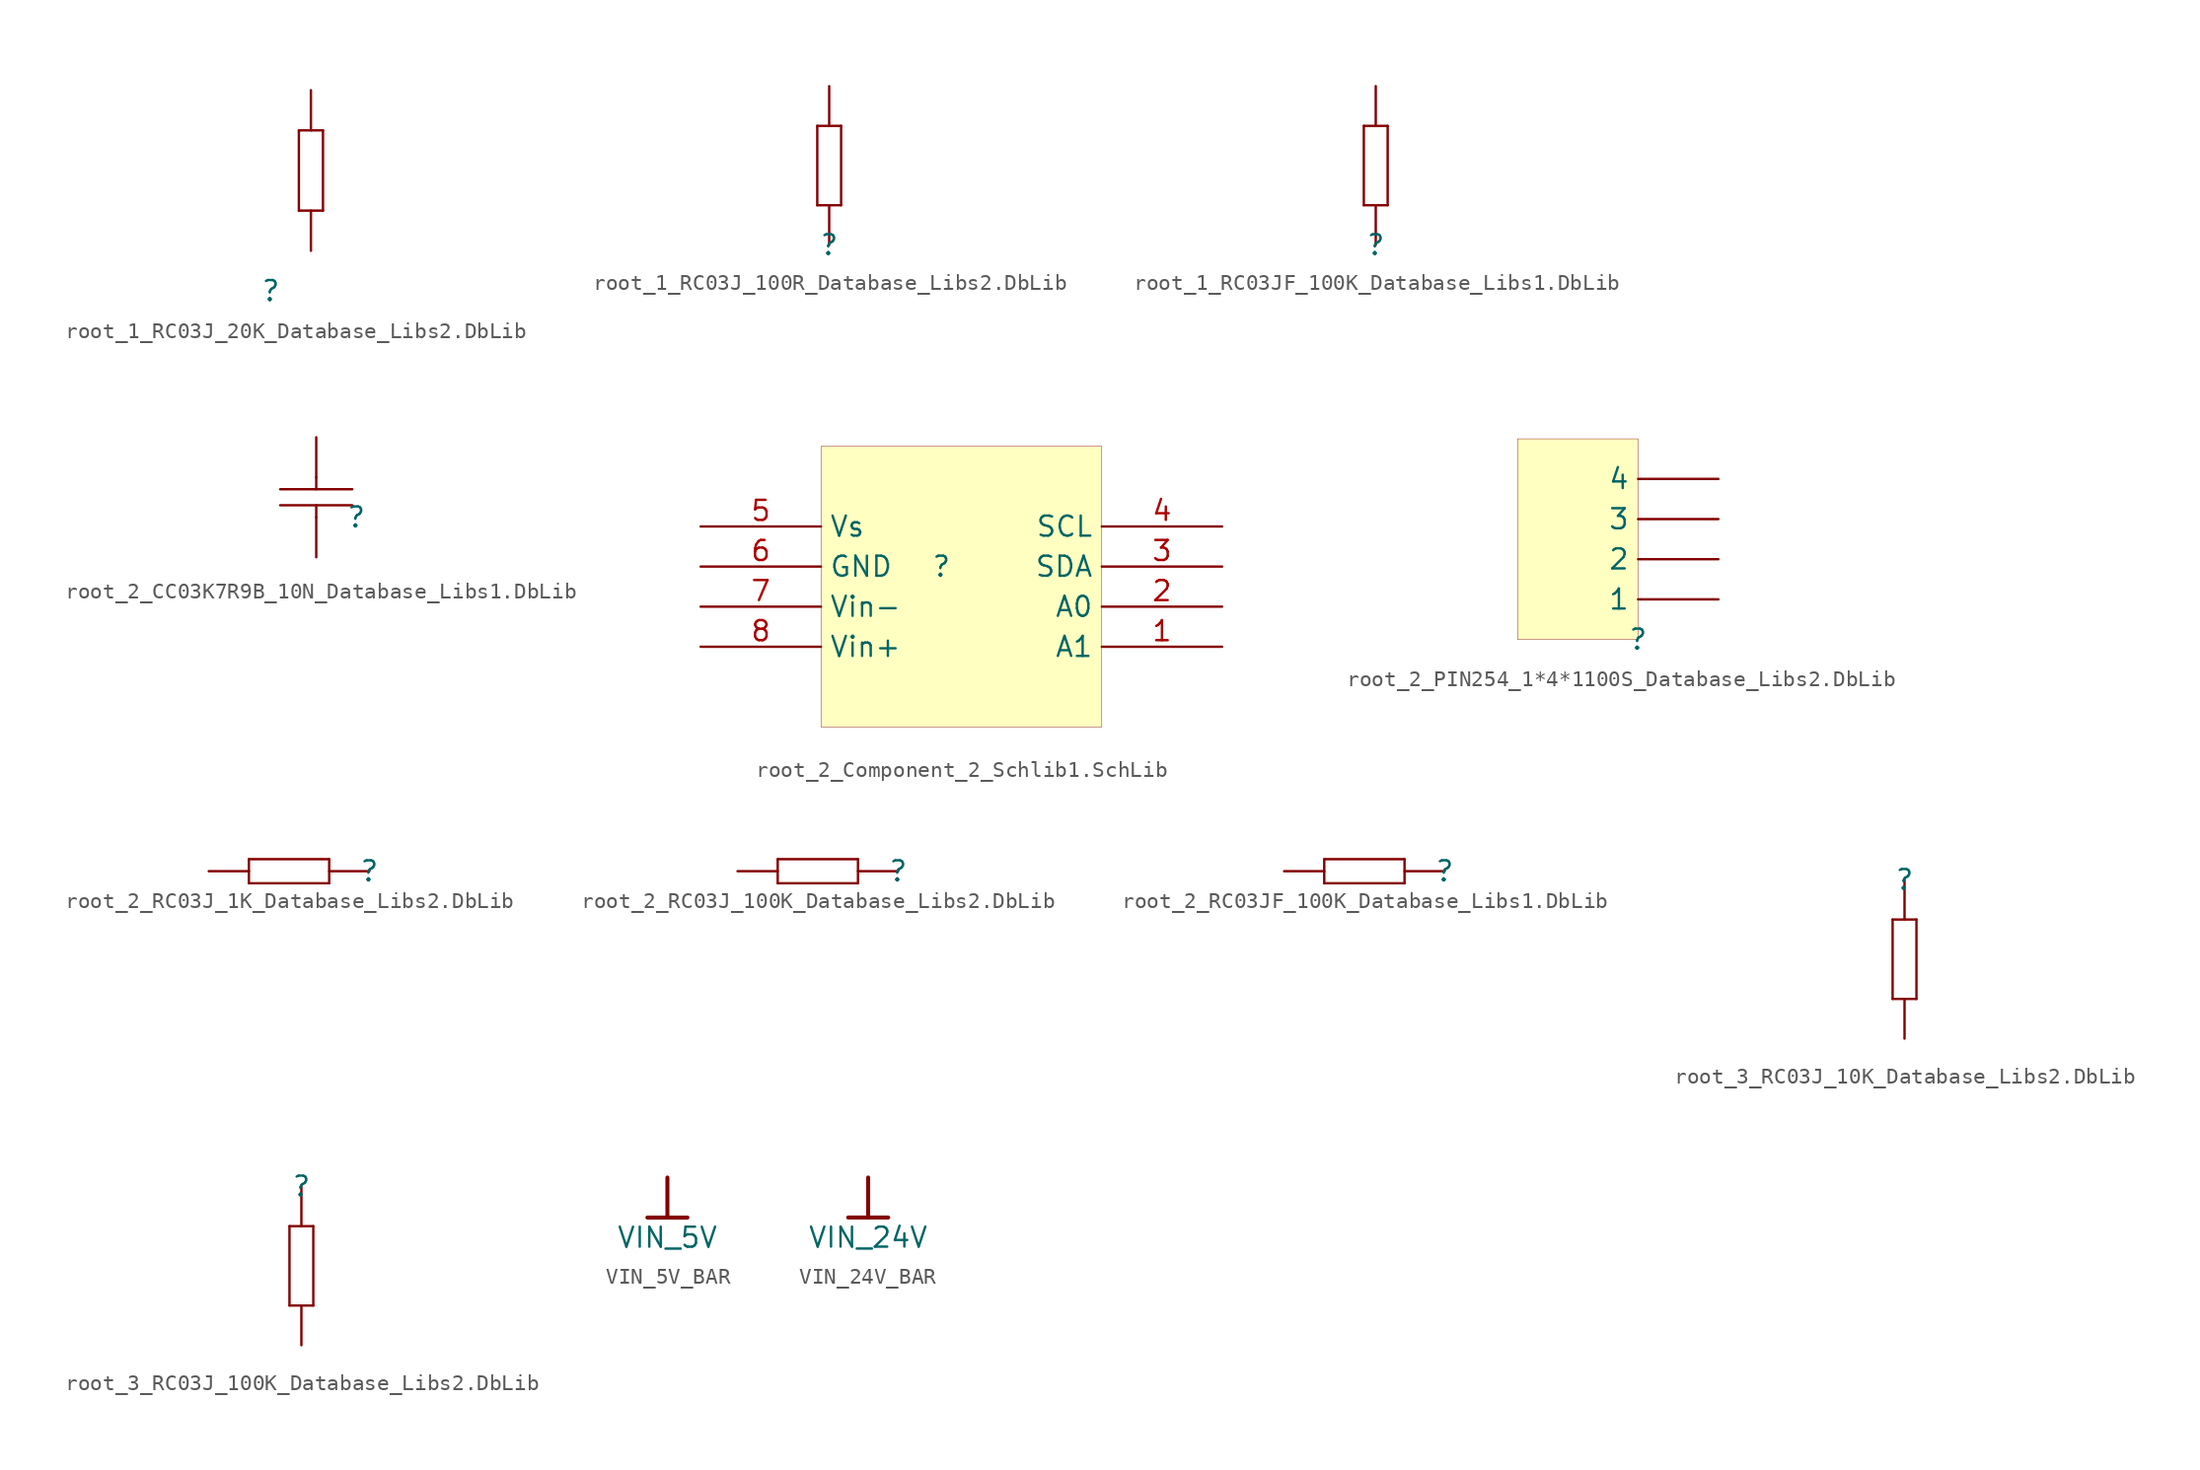
<source format=kicad_sym>
(kicad_symbol_lib
  (version 20241209)
  (generator "kicad_symbol_editor")
  (generator_version "9.0")
  (symbol "root_1_RC03J_20K_Database_Libs2.DbLib"
    (pin_numbers
      (hide yes))
    (pin_names
      (hide yes))
    (property "Reference" ""
      (at 0 0 0)
      (effects (font (size 1.27 1.27))))
    (property "Value" ""
      (at 0 0 0)
      (effects (font (size 1.27 1.27))))
    (symbol "root_1_RC03J_20K_Database_Libs2.DbLib_1_0"
      (polyline (pts (xy 1.778 10.16) (xy 3.302 10.16)) (stroke (width 0) (type solid)) (fill (type none)))
      (polyline (pts (xy 1.778 5.08) (xy 1.778 10.16)) (stroke (width 0) (type solid)) (fill (type none)))
      (polyline (pts (xy 1.778 5.08) (xy 3.302 5.08)) (stroke (width 0) (type solid)) (fill (type none)))
      (polyline (pts (xy 3.302 5.08) (xy 3.302 10.16)) (stroke (width 0) (type solid)) (fill (type none)))
      (pin passive line (at 2.54 12.7 270) (length 2.54) (name "2" (effects (font (size 1.27 1.27)))) (number "2" (effects (font (size 1.27 1.27)))))
      (pin passive line (at 2.54 2.54 90) (length 2.54) (name "1" (effects (font (size 1.27 1.27)))) (number "1" (effects (font (size 1.27 1.27)))))))
  (symbol "root_1_RC03J_100R_Database_Libs2.DbLib"
    (pin_numbers
      (hide yes))
    (pin_names
      (hide yes))
    (property "Reference" ""
      (at 0 0 0)
      (effects (font (size 1.27 1.27))))
    (property "Value" ""
      (at 0 0 0)
      (effects (font (size 1.27 1.27))))
    (symbol "root_1_RC03J_100R_Database_Libs2.DbLib_1_0"
      (polyline (pts (xy -0.762 7.62) (xy 0.762 7.62)) (stroke (width 0) (type solid)) (fill (type none)))
      (polyline (pts (xy -0.762 2.54) (xy -0.762 7.62)) (stroke (width 0) (type solid)) (fill (type none)))
      (polyline (pts (xy -0.762 2.54) (xy 0.762 2.54)) (stroke (width 0) (type solid)) (fill (type none)))
      (polyline (pts (xy 0.762 2.54) (xy 0.762 7.62)) (stroke (width 0) (type solid)) (fill (type none)))
      (pin passive line (at 0 10.16 270) (length 2.54) (name "2" (effects (font (size 1.27 1.27)))) (number "2" (effects (font (size 1.27 1.27)))))
      (pin passive line (at 0 0 90) (length 2.54) (name "1" (effects (font (size 1.27 1.27)))) (number "1" (effects (font (size 1.27 1.27)))))))
  (symbol "root_1_RC03JF_100K_Database_Libs1.DbLib"
    (pin_numbers
      (hide yes))
    (pin_names
      (hide yes))
    (property "Reference" ""
      (at 0 0 0)
      (effects (font (size 1.27 1.27))))
    (property "Value" ""
      (at 0 0 0)
      (effects (font (size 1.27 1.27))))
    (symbol "root_1_RC03JF_100K_Database_Libs1.DbLib_1_0"
      (polyline (pts (xy -0.762 7.62) (xy 0.762 7.62)) (stroke (width 0) (type solid)) (fill (type none)))
      (polyline (pts (xy -0.762 2.54) (xy -0.762 7.62)) (stroke (width 0) (type solid)) (fill (type none)))
      (polyline (pts (xy -0.762 2.54) (xy 0.762 2.54)) (stroke (width 0) (type solid)) (fill (type none)))
      (polyline (pts (xy 0.762 2.54) (xy 0.762 7.62)) (stroke (width 0) (type solid)) (fill (type none)))
      (pin passive line (at 0 10.16 270) (length 2.54) (name "2" (effects (font (size 1.27 1.27)))) (number "2" (effects (font (size 1.27 1.27)))))
      (pin passive line (at 0 0 90) (length 2.54) (name "1" (effects (font (size 1.27 1.27)))) (number "1" (effects (font (size 1.27 1.27)))))))
  (symbol "root_2_CC03K7R9B_10N_Database_Libs1.DbLib"
    (pin_numbers
      (hide yes))
    (pin_names
      (hide yes))
    (property "Reference" ""
      (at 0 0 0)
      (effects (font (size 1.27 1.27))))
    (property "Value" ""
      (at 0 0 0)
      (effects (font (size 1.27 1.27))))
    (symbol "root_2_CC03K7R9B_10N_Database_Libs1.DbLib_1_0"
      (polyline (pts (xy -2.54 1.778) (xy -2.54 2.54)) (stroke (width 0) (type solid)) (fill (type none)))
      (polyline (pts (xy -2.54 0) (xy -2.54 0.762)) (stroke (width 0) (type solid)) (fill (type none)))
      (polyline (pts (xy -0.254 1.778) (xy -4.826 1.778)) (stroke (width 0) (type solid)) (fill (type none)))
      (polyline (pts (xy -0.254 0.762) (xy -4.826 0.762)) (stroke (width 0) (type solid)) (fill (type none)))
      (pin passive line (at -2.54 5.08 270) (length 2.54) (name "2" (effects (font (size 1.27 1.27)))) (number "2" (effects (font (size 1.27 1.27)))))
      (pin passive line (at -2.54 -2.54 90) (length 2.54) (name "1" (effects (font (size 1.27 1.27)))) (number "1" (effects (font (size 1.27 1.27)))))))
  (symbol "root_2_Component_2_Schlib1.SchLib"
    (property "Reference" ""
      (at 0 0 0)
      (effects (font (size 1.27 1.27))))
    (property "Value" ""
      (at 0 0 0)
      (effects (font (size 1.27 1.27))))
    (symbol "root_2_Component_2_Schlib1.SchLib_1_0"
      (rectangle (start 10.16 7.62) (end -7.62 -10.16) (stroke (width 0.025) (type solid) (color 128 0 0 1)) (fill (type background)))
      (pin passive line (at -15.24 2.54 0) (length 7.62) (name "Vs" (effects (font (size 1.27 1.27)))) (number "5" (effects (font (size 1.27 1.27)))))
      (pin passive line (at -15.24 0 0) (length 7.62) (name "GND" (effects (font (size 1.27 1.27)))) (number "6" (effects (font (size 1.27 1.27)))))
      (pin passive line (at -15.24 -2.54 0) (length 7.62) (name "Vin-" (effects (font (size 1.27 1.27)))) (number "7" (effects (font (size 1.27 1.27)))))
      (pin passive line (at -15.24 -5.08 0) (length 7.62) (name "Vin+" (effects (font (size 1.27 1.27)))) (number "8" (effects (font (size 1.27 1.27)))))
      (pin passive line (at 17.78 2.54 180) (length 7.62) (name "SCL" (effects (font (size 1.27 1.27)))) (number "4" (effects (font (size 1.27 1.27)))))
      (pin passive line (at 17.78 0 180) (length 7.62) (name "SDA" (effects (font (size 1.27 1.27)))) (number "3" (effects (font (size 1.27 1.27)))))
      (pin passive line (at 17.78 -2.54 180) (length 7.62) (name "A0" (effects (font (size 1.27 1.27)))) (number "2" (effects (font (size 1.27 1.27)))))
      (pin passive line (at 17.78 -5.08 180) (length 7.62) (name "A1" (effects (font (size 1.27 1.27)))) (number "1" (effects (font (size 1.27 1.27)))))))
  (symbol "root_2_PIN254_1*4*1100S_Database_Libs2.DbLib"
    (pin_numbers
      (hide yes))
    (property "Reference" ""
      (at 0 0 0)
      (effects (font (size 1.27 1.27))))
    (property "Value" ""
      (at 0 0 0)
      (effects (font (size 1.27 1.27))))
    (symbol "root_2_PIN254_1*4*1100S_Database_Libs2.DbLib_1_0"
      (rectangle (start 0 12.7) (end -7.62 0) (stroke (width 0.025) (type solid) (color 128 0 0 1)) (fill (type background)))
      (pin passive line (at 5.08 10.16 180) (length 5.08) (name "4" (effects (font (size 1.27 1.27)))) (number "4" (effects (font (size 1.27 1.27)))))
      (pin passive line (at 5.08 7.62 180) (length 5.08) (name "3" (effects (font (size 1.27 1.27)))) (number "3" (effects (font (size 1.27 1.27)))))
      (pin passive line (at 5.08 5.08 180) (length 5.08) (name "2" (effects (font (size 1.27 1.27)))) (number "2" (effects (font (size 1.27 1.27)))))
      (pin passive line (at 5.08 2.54 180) (length 5.08) (name "1" (effects (font (size 1.27 1.27)))) (number "1" (effects (font (size 1.27 1.27)))))))
  (symbol "root_2_RC03J_1K_Database_Libs2.DbLib"
    (pin_numbers
      (hide yes))
    (pin_names
      (hide yes))
    (property "Reference" ""
      (at 0 0 0)
      (effects (font (size 1.27 1.27))))
    (property "Value" ""
      (at 0 0 0)
      (effects (font (size 1.27 1.27))))
    (symbol "root_2_RC03J_1K_Database_Libs2.DbLib_1_0"
      (polyline (pts (xy -7.62 -0.762) (xy -7.62 0.762)) (stroke (width 0) (type solid)) (fill (type none)))
      (polyline (pts (xy -2.54 0.762) (xy -7.62 0.762)) (stroke (width 0) (type solid)) (fill (type none)))
      (polyline (pts (xy -2.54 -0.762) (xy -7.62 -0.762)) (stroke (width 0) (type solid)) (fill (type none)))
      (polyline (pts (xy -2.54 -0.762) (xy -2.54 0.762)) (stroke (width 0) (type solid)) (fill (type none)))
      (pin passive line (at -10.16 0 0) (length 2.54) (name "2" (effects (font (size 1.27 1.27)))) (number "2" (effects (font (size 1.27 1.27)))))
      (pin passive line (at 0 0 180) (length 2.54) (name "1" (effects (font (size 1.27 1.27)))) (number "1" (effects (font (size 1.27 1.27)))))))
  (symbol "root_2_RC03J_100K_Database_Libs2.DbLib"
    (pin_numbers
      (hide yes))
    (pin_names
      (hide yes))
    (property "Reference" ""
      (at 0 0 0)
      (effects (font (size 1.27 1.27))))
    (property "Value" ""
      (at 0 0 0)
      (effects (font (size 1.27 1.27))))
    (symbol "root_2_RC03J_100K_Database_Libs2.DbLib_1_0"
      (polyline (pts (xy -7.62 -0.762) (xy -7.62 0.762)) (stroke (width 0) (type solid)) (fill (type none)))
      (polyline (pts (xy -2.54 0.762) (xy -7.62 0.762)) (stroke (width 0) (type solid)) (fill (type none)))
      (polyline (pts (xy -2.54 -0.762) (xy -7.62 -0.762)) (stroke (width 0) (type solid)) (fill (type none)))
      (polyline (pts (xy -2.54 -0.762) (xy -2.54 0.762)) (stroke (width 0) (type solid)) (fill (type none)))
      (pin passive line (at -10.16 0 0) (length 2.54) (name "2" (effects (font (size 1.27 1.27)))) (number "2" (effects (font (size 1.27 1.27)))))
      (pin passive line (at 0 0 180) (length 2.54) (name "1" (effects (font (size 1.27 1.27)))) (number "1" (effects (font (size 1.27 1.27)))))))
  (symbol "root_2_RC03JF_100K_Database_Libs1.DbLib"
    (pin_numbers
      (hide yes))
    (pin_names
      (hide yes))
    (property "Reference" ""
      (at 0 0 0)
      (effects (font (size 1.27 1.27))))
    (property "Value" ""
      (at 0 0 0)
      (effects (font (size 1.27 1.27))))
    (symbol "root_2_RC03JF_100K_Database_Libs1.DbLib_1_0"
      (polyline (pts (xy -7.62 -0.762) (xy -7.62 0.762)) (stroke (width 0) (type solid)) (fill (type none)))
      (polyline (pts (xy -2.54 0.762) (xy -7.62 0.762)) (stroke (width 0) (type solid)) (fill (type none)))
      (polyline (pts (xy -2.54 -0.762) (xy -7.62 -0.762)) (stroke (width 0) (type solid)) (fill (type none)))
      (polyline (pts (xy -2.54 -0.762) (xy -2.54 0.762)) (stroke (width 0) (type solid)) (fill (type none)))
      (pin passive line (at -10.16 0 0) (length 2.54) (name "2" (effects (font (size 1.27 1.27)))) (number "2" (effects (font (size 1.27 1.27)))))
      (pin passive line (at 0 0 180) (length 2.54) (name "1" (effects (font (size 1.27 1.27)))) (number "1" (effects (font (size 1.27 1.27)))))))
  (symbol "root_3_RC03J_10K_Database_Libs2.DbLib"
    (pin_numbers
      (hide yes))
    (pin_names
      (hide yes))
    (property "Reference" ""
      (at 0 0 0)
      (effects (font (size 1.27 1.27))))
    (property "Value" ""
      (at 0 0 0)
      (effects (font (size 1.27 1.27))))
    (symbol "root_3_RC03J_10K_Database_Libs2.DbLib_1_0"
      (polyline (pts (xy -0.762 -2.54) (xy -0.762 -7.62)) (stroke (width 0) (type solid)) (fill (type none)))
      (polyline (pts (xy 0.762 -2.54) (xy -0.762 -2.54)) (stroke (width 0) (type solid)) (fill (type none)))
      (polyline (pts (xy 0.762 -2.54) (xy 0.762 -7.62)) (stroke (width 0) (type solid)) (fill (type none)))
      (polyline (pts (xy 0.762 -7.62) (xy -0.762 -7.62)) (stroke (width 0) (type solid)) (fill (type none)))
      (pin passive line (at 0 0 270) (length 2.54) (name "1" (effects (font (size 1.27 1.27)))) (number "1" (effects (font (size 1.27 1.27)))))
      (pin passive line (at 0 -10.16 90) (length 2.54) (name "2" (effects (font (size 1.27 1.27)))) (number "2" (effects (font (size 1.27 1.27)))))))
  (symbol "root_3_RC03J_100K_Database_Libs2.DbLib"
    (pin_numbers
      (hide yes))
    (pin_names
      (hide yes))
    (property "Reference" ""
      (at 0 0 0)
      (effects (font (size 1.27 1.27))))
    (property "Value" ""
      (at 0 0 0)
      (effects (font (size 1.27 1.27))))
    (symbol "root_3_RC03J_100K_Database_Libs2.DbLib_1_0"
      (polyline (pts (xy -0.762 -2.54) (xy -0.762 -7.62)) (stroke (width 0) (type solid)) (fill (type none)))
      (polyline (pts (xy 0.762 -2.54) (xy -0.762 -2.54)) (stroke (width 0) (type solid)) (fill (type none)))
      (polyline (pts (xy 0.762 -2.54) (xy 0.762 -7.62)) (stroke (width 0) (type solid)) (fill (type none)))
      (polyline (pts (xy 0.762 -7.62) (xy -0.762 -7.62)) (stroke (width 0) (type solid)) (fill (type none)))
      (pin passive line (at 0 0 270) (length 2.54) (name "1" (effects (font (size 1.27 1.27)))) (number "1" (effects (font (size 1.27 1.27)))))
      (pin passive line (at 0 -10.16 90) (length 2.54) (name "2" (effects (font (size 1.27 1.27)))) (number "2" (effects (font (size 1.27 1.27)))))))
  (symbol "VIN_5V_BAR"
    (power)
    (property "Reference" "#PWR"
      (at 0 0 0)
      (effects (font (size 1.27 1.27)) (hide yes)))
    (property "Value" "VIN_5V"
      (at 0 -3.81 0)
      (effects (font (size 1.27 1.27))))
    (symbol "VIN_5V_BAR_0_0"
      (polyline (pts (xy -1.27 -2.54) (xy 1.27 -2.54)) (stroke (width 0.254) (type solid)) (fill (type none)))
      (polyline (pts (xy 0 0) (xy 0 -2.54)) (stroke (width 0.254) (type solid)) (fill (type none)))
      (pin power_in line (at 0 0 0) (length 0) (hide yes) (name "VIN_5V" (effects (font (size 1.27 1.27)))) (number "" (effects (font (size 1.27 1.27)))))))
  (symbol "VIN_24V_BAR"
    (power)
    (property "Reference" "#PWR"
      (at 0 0 0)
      (effects (font (size 1.27 1.27)) (hide yes)))
    (property "Value" "VIN_24V"
      (at 0 -3.81 0)
      (effects (font (size 1.27 1.27))))
    (symbol "VIN_24V_BAR_0_0"
      (polyline (pts (xy -1.27 -2.54) (xy 1.27 -2.54)) (stroke (width 0.254) (type solid)) (fill (type none)))
      (polyline (pts (xy 0 0) (xy 0 -2.54)) (stroke (width 0.254) (type solid)) (fill (type none)))
      (pin power_in line (at 0 0 0) (length 0) (hide yes) (name "VIN_24V" (effects (font (size 1.27 1.27)))) (number "" (effects (font (size 1.27 1.27))))))))
</source>
